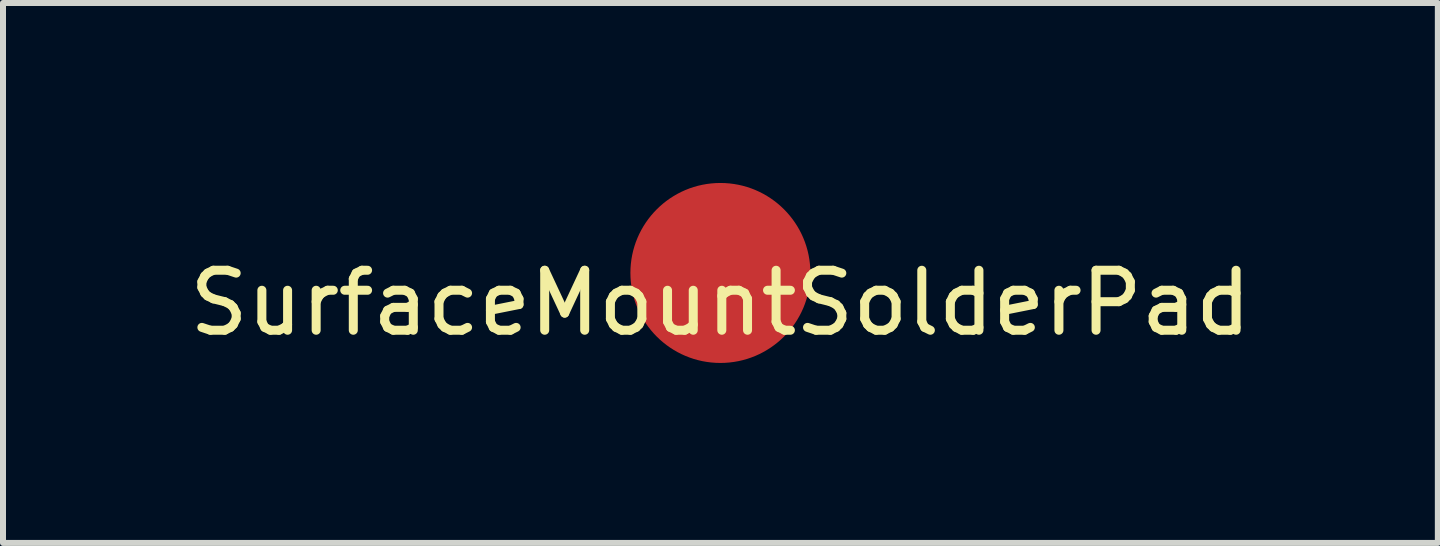
<source format=kicad_pcb>
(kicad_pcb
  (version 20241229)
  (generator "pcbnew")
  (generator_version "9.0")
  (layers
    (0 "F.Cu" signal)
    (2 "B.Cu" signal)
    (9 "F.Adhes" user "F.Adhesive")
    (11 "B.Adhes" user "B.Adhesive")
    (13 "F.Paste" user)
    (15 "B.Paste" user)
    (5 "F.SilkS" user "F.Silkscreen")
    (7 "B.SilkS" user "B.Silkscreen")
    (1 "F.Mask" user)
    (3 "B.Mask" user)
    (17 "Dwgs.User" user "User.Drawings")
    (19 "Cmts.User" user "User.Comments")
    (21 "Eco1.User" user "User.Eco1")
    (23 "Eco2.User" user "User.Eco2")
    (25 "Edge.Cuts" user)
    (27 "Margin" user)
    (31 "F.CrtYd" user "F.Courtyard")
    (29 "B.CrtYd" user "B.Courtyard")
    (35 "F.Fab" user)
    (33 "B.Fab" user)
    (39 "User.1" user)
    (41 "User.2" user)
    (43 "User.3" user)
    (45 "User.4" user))
  (footprint "SurfaceMountSolderPad"
    (layer "F.Cu")
    (at 8.958 1.5)
    (property "Reference" "SurfaceMountSolderPad" (at 0 0.5 0) (layer "F.SilkS") (effects (font (size 1 1) (thickness 0.15))))
    (attr through_hole)
    (pad "1" smd circle (at 0 0) (size 3 3) (layers "F.Cu" "F.Mask" "F.Paste")))
  (gr_rect
    (start -3 -3)
    (end 20.917 6)
    (stroke (width 0.1) (type default))
    (fill no)
    (layer "Edge.Cuts")))
</source>
